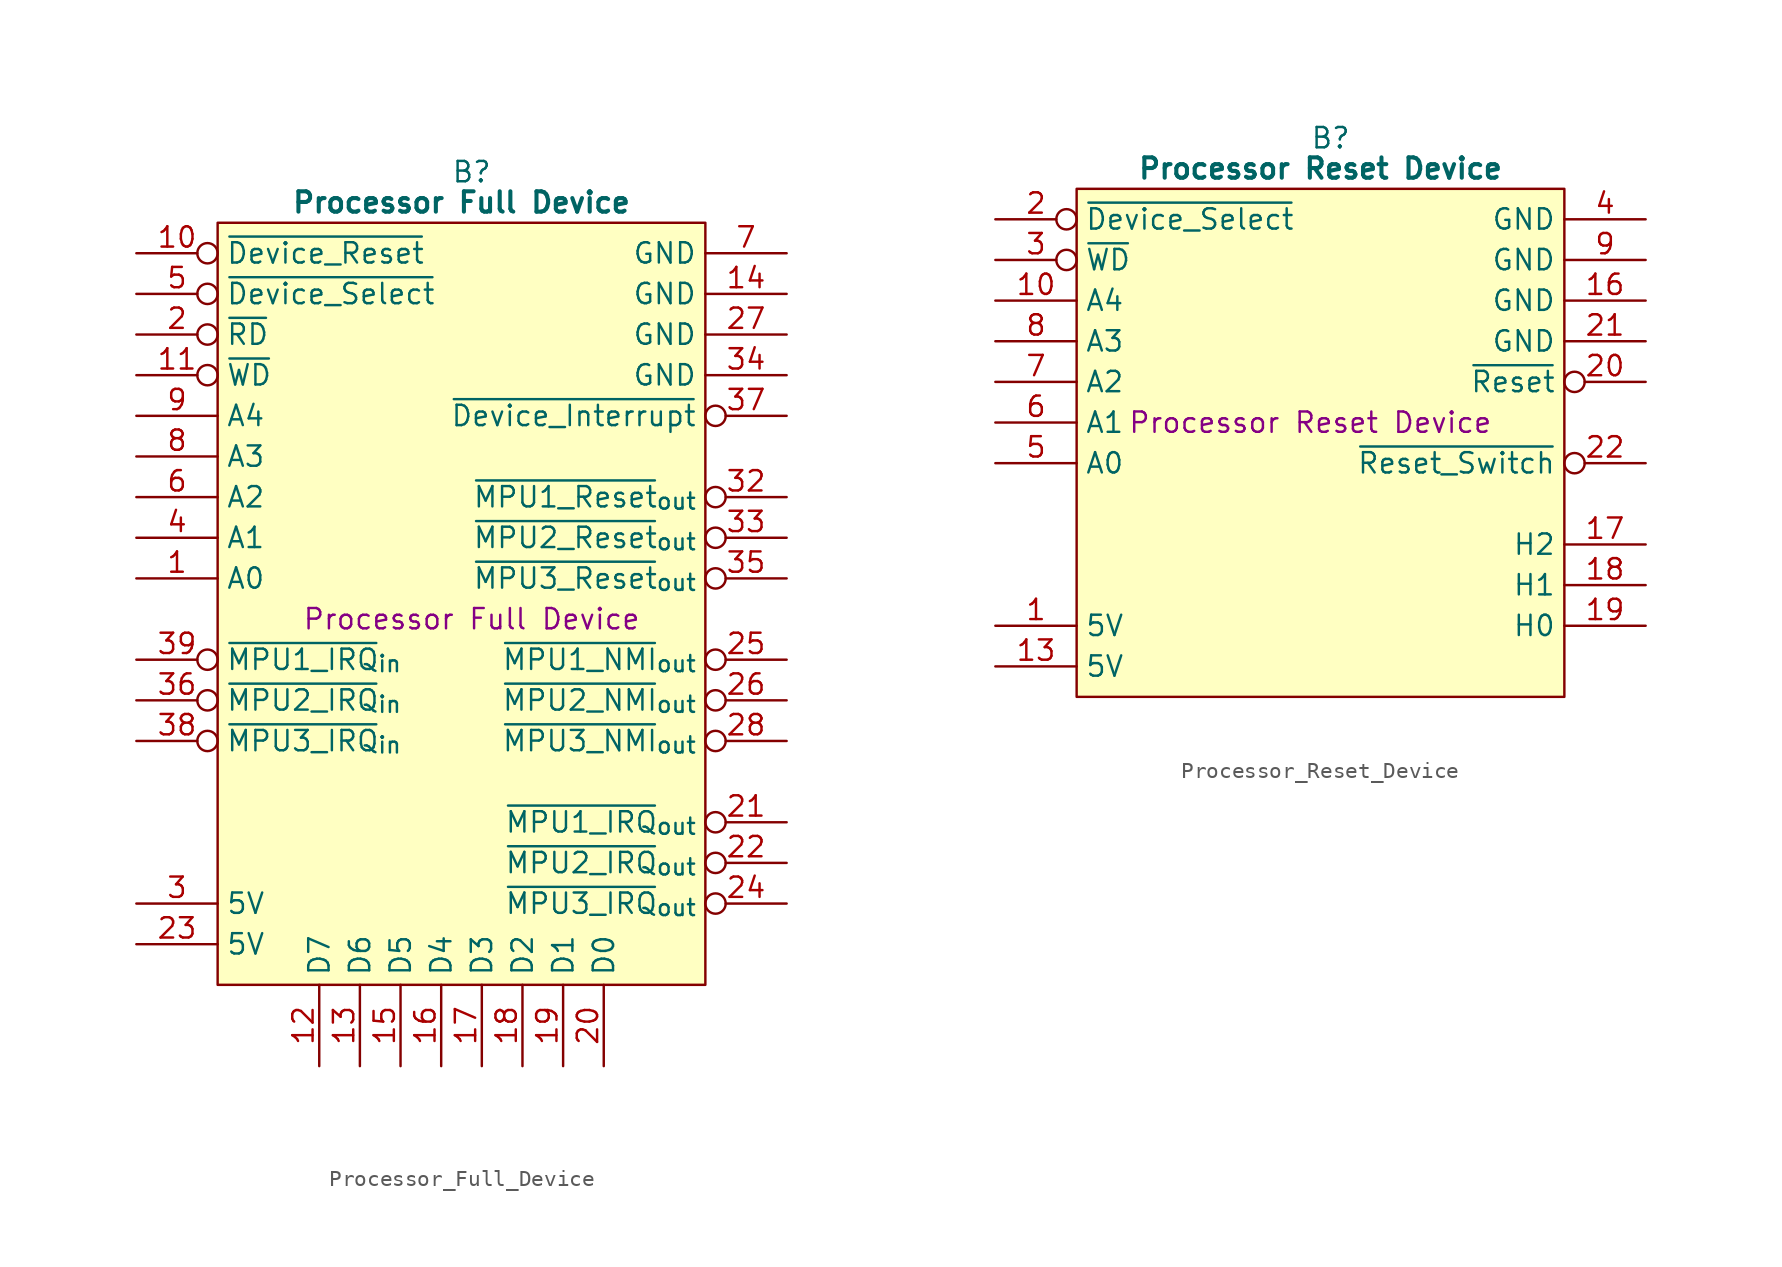
<source format=kicad_sym>
(kicad_symbol_lib
  (version 20241209)
  (generator "kicad_symbol_editor")
  (generator_version "9.0")
  (symbol "Processor_Full_Device"
    (property "Reference" "B"
      (at 15.875 5.08 0)
      (effects (font (size 1.27 1.27))))
    (property "Value" "Processor Full Device"
      (at 15.24 3.175 0)
      (effects (font (size 1.27 1.27) (bold yes))))
    (property "Description" "Processor Full Device"
      (at 15.875 -22.86 0)
      (effects (font (size 1.27 1.27))))
    (symbol "Processor_Full_Device_0_1"
      (polyline (pts (xy 0 1.905) (xy 30.48 1.905) (xy 30.48 -45.72) (xy 0 -45.72) (xy 0 1.905)) (stroke (width 0.152) (type default)) (fill (type background))))
    (symbol "Processor_Full_Device_1_0"
      (pin input inverted (at -5.08 -25.4 0) (length 5.08) (name "~{MPU1_IRQ}_{in}" (effects (font (size 1.27 1.27)))) (number "39" (effects (font (size 1.27 1.27)))))
      (pin no_connect line (at -5.08 -35.56 0) (length 5.08) (hide yes) (name "N.C." (effects (font (size 1.27 1.27)))) (number "40" (effects (font (size 1.27 1.27)))))
      (pin output inverted (at 35.56 -15.24 180) (length 5.08) (name "~{MPU1_Reset}_{out}" (effects (font (size 1.27 1.27)))) (number "32" (effects (font (size 1.27 1.27))))))
    (symbol "Processor_Full_Device_1_1"
      (pin input inverted (at -5.08 0 0) (length 5.08) (name "~{Device_Reset}" (effects (font (size 1.27 1.27)))) (number "10" (effects (font (size 1.27 1.27)))))
      (pin input inverted (at -5.08 -2.54 0) (length 5.08) (name "~{Device_Select}" (effects (font (size 1.27 1.27)))) (number "5" (effects (font (size 1.27 1.27)))))
      (pin input inverted (at -5.08 -5.08 0) (length 5.08) (name "~{RD}" (effects (font (size 1.27 1.27)))) (number "2" (effects (font (size 1.27 1.27)))))
      (pin input inverted (at -5.08 -7.62 0) (length 5.08) (name "~{WD}" (effects (font (size 1.27 1.27)))) (number "11" (effects (font (size 1.27 1.27)))))
      (pin input line (at -5.08 -10.16 0) (length 5.08) (name "A4" (effects (font (size 1.27 1.27)))) (number "9" (effects (font (size 1.27 1.27)))))
      (pin input line (at -5.08 -12.7 0) (length 5.08) (name "A3" (effects (font (size 1.27 1.27)))) (number "8" (effects (font (size 1.27 1.27)))))
      (pin input line (at -5.08 -15.24 0) (length 5.08) (name "A2" (effects (font (size 1.27 1.27)))) (number "6" (effects (font (size 1.27 1.27)))))
      (pin input line (at -5.08 -17.78 0) (length 5.08) (name "A1" (effects (font (size 1.27 1.27)))) (number "4" (effects (font (size 1.27 1.27)))))
      (pin input line (at -5.08 -20.32 0) (length 5.08) (name "A0" (effects (font (size 1.27 1.27)))) (number "1" (effects (font (size 1.27 1.27)))))
      (pin input inverted (at -5.08 -27.94 0) (length 5.08) (name "~{MPU2_IRQ}_{in}" (effects (font (size 1.27 1.27)))) (number "36" (effects (font (size 1.27 1.27)))))
      (pin input inverted (at -5.08 -30.48 0) (length 5.08) (name "~{MPU3_IRQ}_{in}" (effects (font (size 1.27 1.27)))) (number "38" (effects (font (size 1.27 1.27)))))
      (pin no_connect line (at -5.08 -33.02 0) (length 5.08) (hide yes) (name "N.C." (effects (font (size 1.27 1.27)))) (number "31" (effects (font (size 1.27 1.27)))))
      (pin passive line (at -5.08 -40.64 0) (length 5.08) (name "5V" (effects (font (size 1.27 1.27)))) (number "3" (effects (font (size 1.27 1.27)))))
      (pin passive line (at -5.08 -43.18 0) (length 5.08) (name "5V" (effects (font (size 1.27 1.27)))) (number "23" (effects (font (size 1.27 1.27)))))
      (pin tri_state line (at 6.35 -50.8 90) (length 5.08) (name "D7" (effects (font (size 1.27 1.27)))) (number "12" (effects (font (size 1.27 1.27)))))
      (pin tri_state line (at 8.89 -50.8 90) (length 5.08) (name "D6" (effects (font (size 1.27 1.27)))) (number "13" (effects (font (size 1.27 1.27)))))
      (pin tri_state line (at 11.43 -50.8 90) (length 5.08) (name "D5" (effects (font (size 1.27 1.27)))) (number "15" (effects (font (size 1.27 1.27)))))
      (pin tri_state line (at 13.97 -50.8 90) (length 5.08) (name "D4" (effects (font (size 1.27 1.27)))) (number "16" (effects (font (size 1.27 1.27)))))
      (pin tri_state line (at 16.51 -50.8 90) (length 5.08) (name "D3" (effects (font (size 1.27 1.27)))) (number "17" (effects (font (size 1.27 1.27)))))
      (pin tri_state line (at 19.05 -50.8 90) (length 5.08) (name "D2" (effects (font (size 1.27 1.27)))) (number "18" (effects (font (size 1.27 1.27)))))
      (pin tri_state line (at 21.59 -50.8 90) (length 5.08) (name "D1" (effects (font (size 1.27 1.27)))) (number "19" (effects (font (size 1.27 1.27)))))
      (pin tri_state line (at 24.13 -50.8 90) (length 5.08) (name "D0" (effects (font (size 1.27 1.27)))) (number "20" (effects (font (size 1.27 1.27)))))
      (pin passive line (at 35.56 0 180) (length 5.08) (name "GND" (effects (font (size 1.27 1.27)))) (number "7" (effects (font (size 1.27 1.27)))))
      (pin passive line (at 35.56 -2.54 180) (length 5.08) (name "GND" (effects (font (size 1.27 1.27)))) (number "14" (effects (font (size 1.27 1.27)))))
      (pin passive line (at 35.56 -5.08 180) (length 5.08) (name "GND" (effects (font (size 1.27 1.27)))) (number "27" (effects (font (size 1.27 1.27)))))
      (pin passive line (at 35.56 -7.62 180) (length 5.08) (name "GND" (effects (font (size 1.27 1.27)))) (number "34" (effects (font (size 1.27 1.27)))))
      (pin output inverted (at 35.56 -10.16 180) (length 5.08) (name "~{Device_Interrupt}" (effects (font (size 1.27 1.27)))) (number "37" (effects (font (size 1.27 1.27)))))
      (pin no_connect line (at 35.56 -12.7 180) (length 5.08) (hide yes) (name "N.C." (effects (font (size 1.27 1.27)))) (number "29" (effects (font (size 1.27 1.27)))))
      (pin output inverted (at 35.56 -17.78 180) (length 5.08) (name "~{MPU2_Reset}_{out}" (effects (font (size 1.27 1.27)))) (number "33" (effects (font (size 1.27 1.27)))))
      (pin output inverted (at 35.56 -20.32 180) (length 5.08) (name "~{MPU3_Reset}_{out}" (effects (font (size 1.27 1.27)))) (number "35" (effects (font (size 1.27 1.27)))))
      (pin output inverted (at 35.56 -25.4 180) (length 5.08) (name "~{MPU1_NMI}_{out}" (effects (font (size 1.27 1.27)))) (number "25" (effects (font (size 1.27 1.27)))))
      (pin output inverted (at 35.56 -27.94 180) (length 5.08) (name "~{MPU2_NMI}_{out}" (effects (font (size 1.27 1.27)))) (number "26" (effects (font (size 1.27 1.27)))))
      (pin output inverted (at 35.56 -30.48 180) (length 5.08) (name "~{MPU3_NMI}_{out}" (effects (font (size 1.27 1.27)))) (number "28" (effects (font (size 1.27 1.27)))))
      (pin no_connect line (at 35.56 -33.02 180) (length 5.08) (hide yes) (name "N.C." (effects (font (size 1.27 1.27)))) (number "30" (effects (font (size 1.27 1.27)))))
      (pin output inverted (at 35.56 -35.56 180) (length 5.08) (name "~{MPU1_IRQ}_{out}" (effects (font (size 1.27 1.27)))) (number "21" (effects (font (size 1.27 1.27)))))
      (pin output inverted (at 35.56 -38.1 180) (length 5.08) (name "~{MPU2_IRQ}_{out}" (effects (font (size 1.27 1.27)))) (number "22" (effects (font (size 1.27 1.27)))))
      (pin output inverted (at 35.56 -40.64 180) (length 5.08) (name "~{MPU3_IRQ}_{out}" (effects (font (size 1.27 1.27)))) (number "24" (effects (font (size 1.27 1.27)))))))
  (symbol "Processor_Reset_Device"
    (property "Reference" "B"
      (at 15.875 5.08 0)
      (effects (font (size 1.27 1.27))))
    (property "Value" "Processor Reset Device"
      (at 15.24 3.175 0)
      (effects (font (size 1.27 1.27) (bold yes))))
    (property "Description" "Processor Reset Device"
      (at 14.605 -12.7 0)
      (effects (font (size 1.27 1.27))))
    (symbol "Processor_Reset_Device_0_1"
      (polyline (pts (xy 0 1.905) (xy 30.48 1.905) (xy 30.48 -29.845) (xy 0 -29.845) (xy 0 1.905)) (stroke (width 0.152) (type default)) (fill (type background))))
    (symbol "Processor_Reset_Device_1_1"
      (pin input inverted (at -5.08 0 0) (length 5.08) (name "~{Device_Select}" (effects (font (size 1.27 1.27)))) (number "2" (effects (font (size 1.27 1.27)))))
      (pin input inverted (at -5.08 -2.54 0) (length 5.08) (name "~{WD}" (effects (font (size 1.27 1.27)))) (number "3" (effects (font (size 1.27 1.27)))))
      (pin input line (at -5.08 -5.08 0) (length 5.08) (name "A4" (effects (font (size 1.27 1.27)))) (number "10" (effects (font (size 1.27 1.27)))))
      (pin input line (at -5.08 -7.62 0) (length 5.08) (name "A3" (effects (font (size 1.27 1.27)))) (number "8" (effects (font (size 1.27 1.27)))))
      (pin input line (at -5.08 -10.16 0) (length 5.08) (name "A2" (effects (font (size 1.27 1.27)))) (number "7" (effects (font (size 1.27 1.27)))))
      (pin input line (at -5.08 -12.7 0) (length 5.08) (name "A1" (effects (font (size 1.27 1.27)))) (number "6" (effects (font (size 1.27 1.27)))))
      (pin input line (at -5.08 -15.24 0) (length 5.08) (name "A0" (effects (font (size 1.27 1.27)))) (number "5" (effects (font (size 1.27 1.27)))))
      (pin no_connect line (at -5.08 -17.78 0) (length 5.08) (hide yes) (name "N.C." (effects (font (size 1.27 1.27)))) (number "11" (effects (font (size 1.27 1.27)))))
      (pin no_connect line (at -5.08 -20.32 0) (length 5.08) (hide yes) (name "N.C." (effects (font (size 1.27 1.27)))) (number "12" (effects (font (size 1.27 1.27)))))
      (pin no_connect line (at -5.08 -22.86 0) (length 5.08) (hide yes) (name "N.C." (effects (font (size 1.27 1.27)))) (number "14" (effects (font (size 1.27 1.27)))))
      (pin passive line (at -5.08 -25.4 0) (length 5.08) (name "5V" (effects (font (size 1.27 1.27)))) (number "1" (effects (font (size 1.27 1.27)))))
      (pin passive line (at -5.08 -27.94 0) (length 5.08) (name "5V" (effects (font (size 1.27 1.27)))) (number "13" (effects (font (size 1.27 1.27)))))
      (pin passive line (at 35.56 0 180) (length 5.08) (name "GND" (effects (font (size 1.27 1.27)))) (number "4" (effects (font (size 1.27 1.27)))))
      (pin passive line (at 35.56 -2.54 180) (length 5.08) (name "GND" (effects (font (size 1.27 1.27)))) (number "9" (effects (font (size 1.27 1.27)))))
      (pin passive line (at 35.56 -5.08 180) (length 5.08) (name "GND" (effects (font (size 1.27 1.27)))) (number "16" (effects (font (size 1.27 1.27)))))
      (pin passive line (at 35.56 -7.62 180) (length 5.08) (name "GND" (effects (font (size 1.27 1.27)))) (number "21" (effects (font (size 1.27 1.27)))))
      (pin output inverted (at 35.56 -10.16 180) (length 5.08) (name "~{Reset}" (effects (font (size 1.27 1.27)))) (number "20" (effects (font (size 1.27 1.27)))))
      (pin no_connect line (at 35.56 -12.7 180) (length 5.08) (hide yes) (name "N.C." (effects (font (size 1.27 1.27)))) (number "15" (effects (font (size 1.27 1.27)))))
      (pin passive inverted (at 35.56 -15.24 180) (length 5.08) (name "~{Reset_Switch}" (effects (font (size 1.27 1.27)))) (number "22" (effects (font (size 1.27 1.27)))))
      (pin no_connect line (at 35.56 -17.78 180) (length 5.08) (hide yes) (name "N.C." (effects (font (size 1.27 1.27)))) (number "23" (effects (font (size 1.27 1.27)))))
      (pin tri_state line (at 35.56 -20.32 180) (length 5.08) (name "H2" (effects (font (size 1.27 1.27)))) (number "17" (effects (font (size 1.27 1.27)))))
      (pin tri_state line (at 35.56 -22.86 180) (length 5.08) (name "H1" (effects (font (size 1.27 1.27)))) (number "18" (effects (font (size 1.27 1.27)))))
      (pin tri_state line (at 35.56 -25.4 180) (length 5.08) (name "H0" (effects (font (size 1.27 1.27)))) (number "19" (effects (font (size 1.27 1.27)))))
      (pin no_connect line (at 35.56 -27.94 180) (length 5.08) (hide yes) (name "N.C." (effects (font (size 1.27 1.27)))) (number "24" (effects (font (size 1.27 1.27))))))))
</source>
